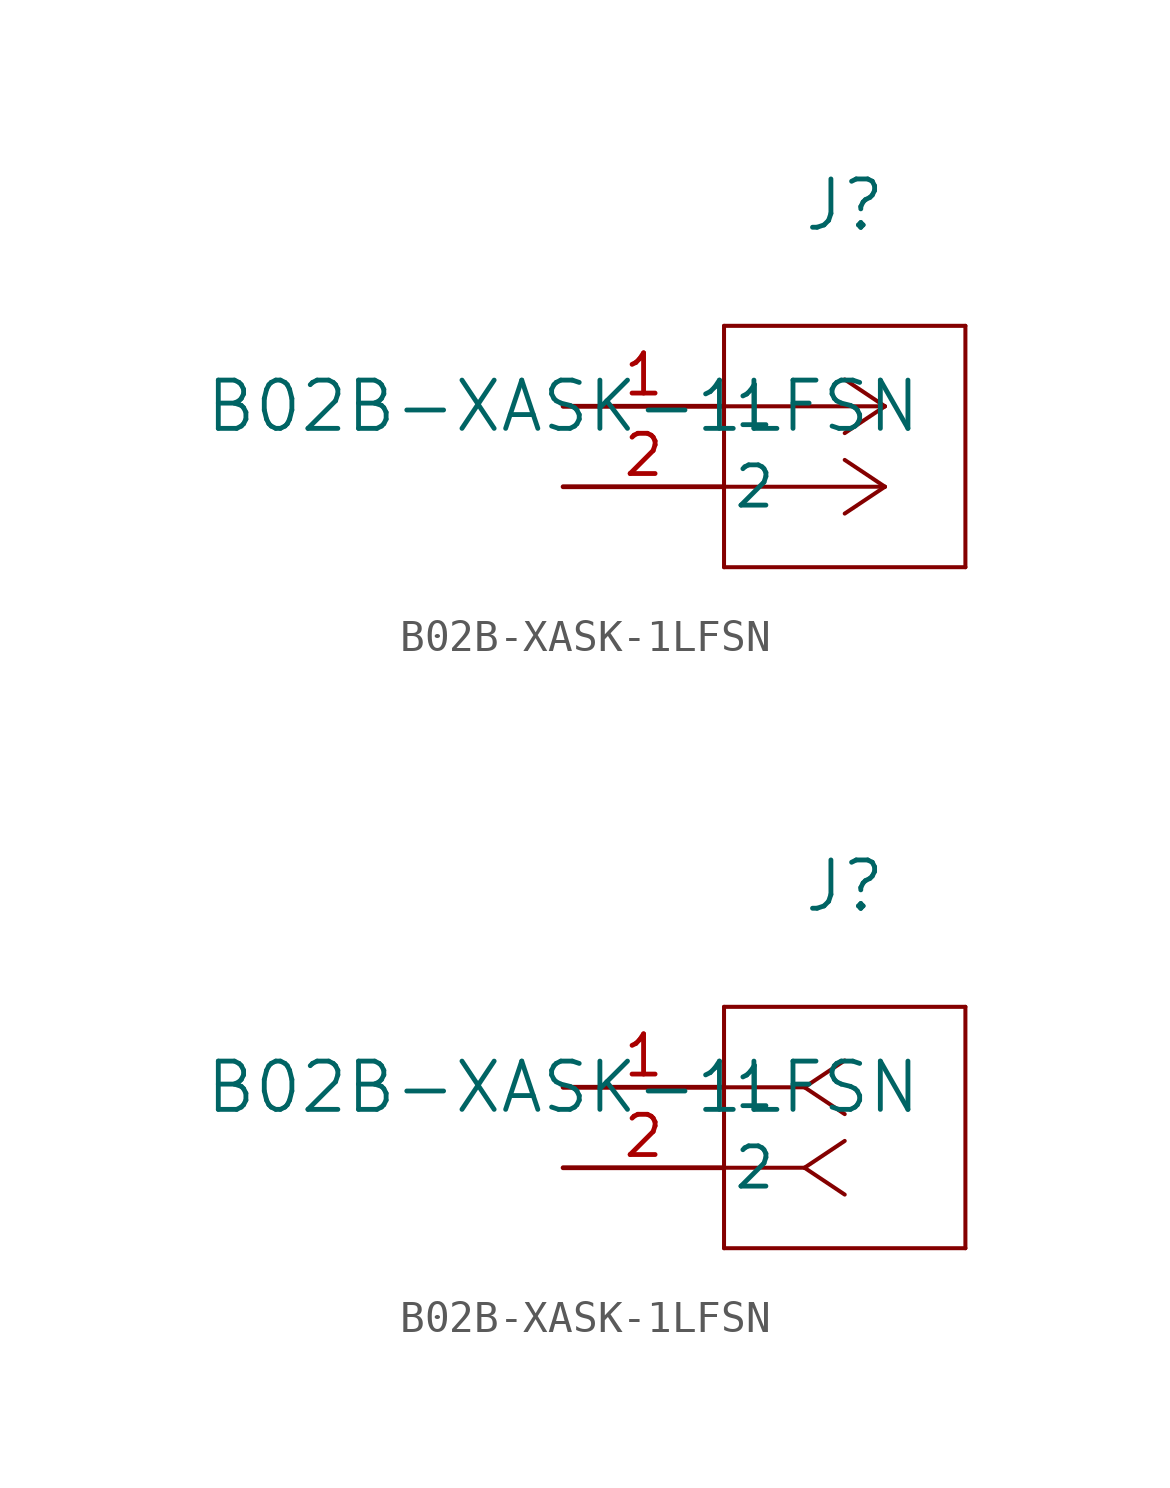
<source format=kicad_sym>
(kicad_symbol_lib
  (version 20211014)
  (generator kicad_symbol_editor)
  (symbol "B02B-XASK-1LFSN"
    (pin_names
      (offset 0.254))
    (property "Reference" "J"
      (at 8.89 6.35 0)
      (effects (font (size 1.524 1.524))))
    (property "Value" "B02B-XASK-1LFSN"
      (at 0 0 0)
      (effects (font (size 1.524 1.524))))
    (symbol "B02B-XASK-1LFSN_1_1"
      (polyline (pts (xy 10.16 0) (xy 5.08 0)) (stroke (width 0.127) (type default) (color 0 0 0 0)) (fill (type none)))
      (polyline (pts (xy 10.16 -2.54) (xy 5.08 -2.54)) (stroke (width 0.127) (type default) (color 0 0 0 0)) (fill (type none)))
      (polyline (pts (xy 10.16 0) (xy 8.89 0.847)) (stroke (width 0.127) (type default) (color 0 0 0 0)) (fill (type none)))
      (polyline (pts (xy 10.16 -2.54) (xy 8.89 -1.693)) (stroke (width 0.127) (type default) (color 0 0 0 0)) (fill (type none)))
      (polyline (pts (xy 10.16 0) (xy 8.89 -0.847)) (stroke (width 0.127) (type default) (color 0 0 0 0)) (fill (type none)))
      (polyline (pts (xy 10.16 -2.54) (xy 8.89 -3.387)) (stroke (width 0.127) (type default) (color 0 0 0 0)) (fill (type none)))
      (polyline (pts (xy 5.08 2.54) (xy 5.08 -5.08)) (stroke (width 0.127) (type default) (color 0 0 0 0)) (fill (type none)))
      (polyline (pts (xy 5.08 -5.08) (xy 12.7 -5.08)) (stroke (width 0.127) (type default) (color 0 0 0 0)) (fill (type none)))
      (polyline (pts (xy 12.7 -5.08) (xy 12.7 2.54)) (stroke (width 0.127) (type default) (color 0 0 0 0)) (fill (type none)))
      (polyline (pts (xy 12.7 2.54) (xy 5.08 2.54)) (stroke (width 0.127) (type default) (color 0 0 0 0)) (fill (type none)))
      (pin unspecified line (at 0 0 0) (length 5.08) (name "1" (effects (font (size 1.27 1.27)))) (number "1" (effects (font (size 1.27 1.27)))))
      (pin unspecified line (at 0 -2.54 0) (length 5.08) (name "2" (effects (font (size 1.27 1.27)))) (number "2" (effects (font (size 1.27 1.27))))))
    (symbol "B02B-XASK-1LFSN_1_2"
      (polyline (pts (xy 7.62 0) (xy 5.08 0)) (stroke (width 0.127) (type default) (color 0 0 0 0)) (fill (type none)))
      (polyline (pts (xy 7.62 -2.54) (xy 5.08 -2.54)) (stroke (width 0.127) (type default) (color 0 0 0 0)) (fill (type none)))
      (polyline (pts (xy 7.62 0) (xy 8.89 0.847)) (stroke (width 0.127) (type default) (color 0 0 0 0)) (fill (type none)))
      (polyline (pts (xy 7.62 -2.54) (xy 8.89 -1.693)) (stroke (width 0.127) (type default) (color 0 0 0 0)) (fill (type none)))
      (polyline (pts (xy 7.62 0) (xy 8.89 -0.847)) (stroke (width 0.127) (type default) (color 0 0 0 0)) (fill (type none)))
      (polyline (pts (xy 7.62 -2.54) (xy 8.89 -3.387)) (stroke (width 0.127) (type default) (color 0 0 0 0)) (fill (type none)))
      (polyline (pts (xy 5.08 2.54) (xy 5.08 -5.08)) (stroke (width 0.127) (type default) (color 0 0 0 0)) (fill (type none)))
      (polyline (pts (xy 5.08 -5.08) (xy 12.7 -5.08)) (stroke (width 0.127) (type default) (color 0 0 0 0)) (fill (type none)))
      (polyline (pts (xy 12.7 -5.08) (xy 12.7 2.54)) (stroke (width 0.127) (type default) (color 0 0 0 0)) (fill (type none)))
      (polyline (pts (xy 12.7 2.54) (xy 5.08 2.54)) (stroke (width 0.127) (type default) (color 0 0 0 0)) (fill (type none)))
      (pin unspecified line (at 0 0 0) (length 5.08) (name "1" (effects (font (size 1.27 1.27)))) (number "1" (effects (font (size 1.27 1.27)))))
      (pin unspecified line (at 0 -2.54 0) (length 5.08) (name "2" (effects (font (size 1.27 1.27)))) (number "2" (effects (font (size 1.27 1.27))))))))
</source>
